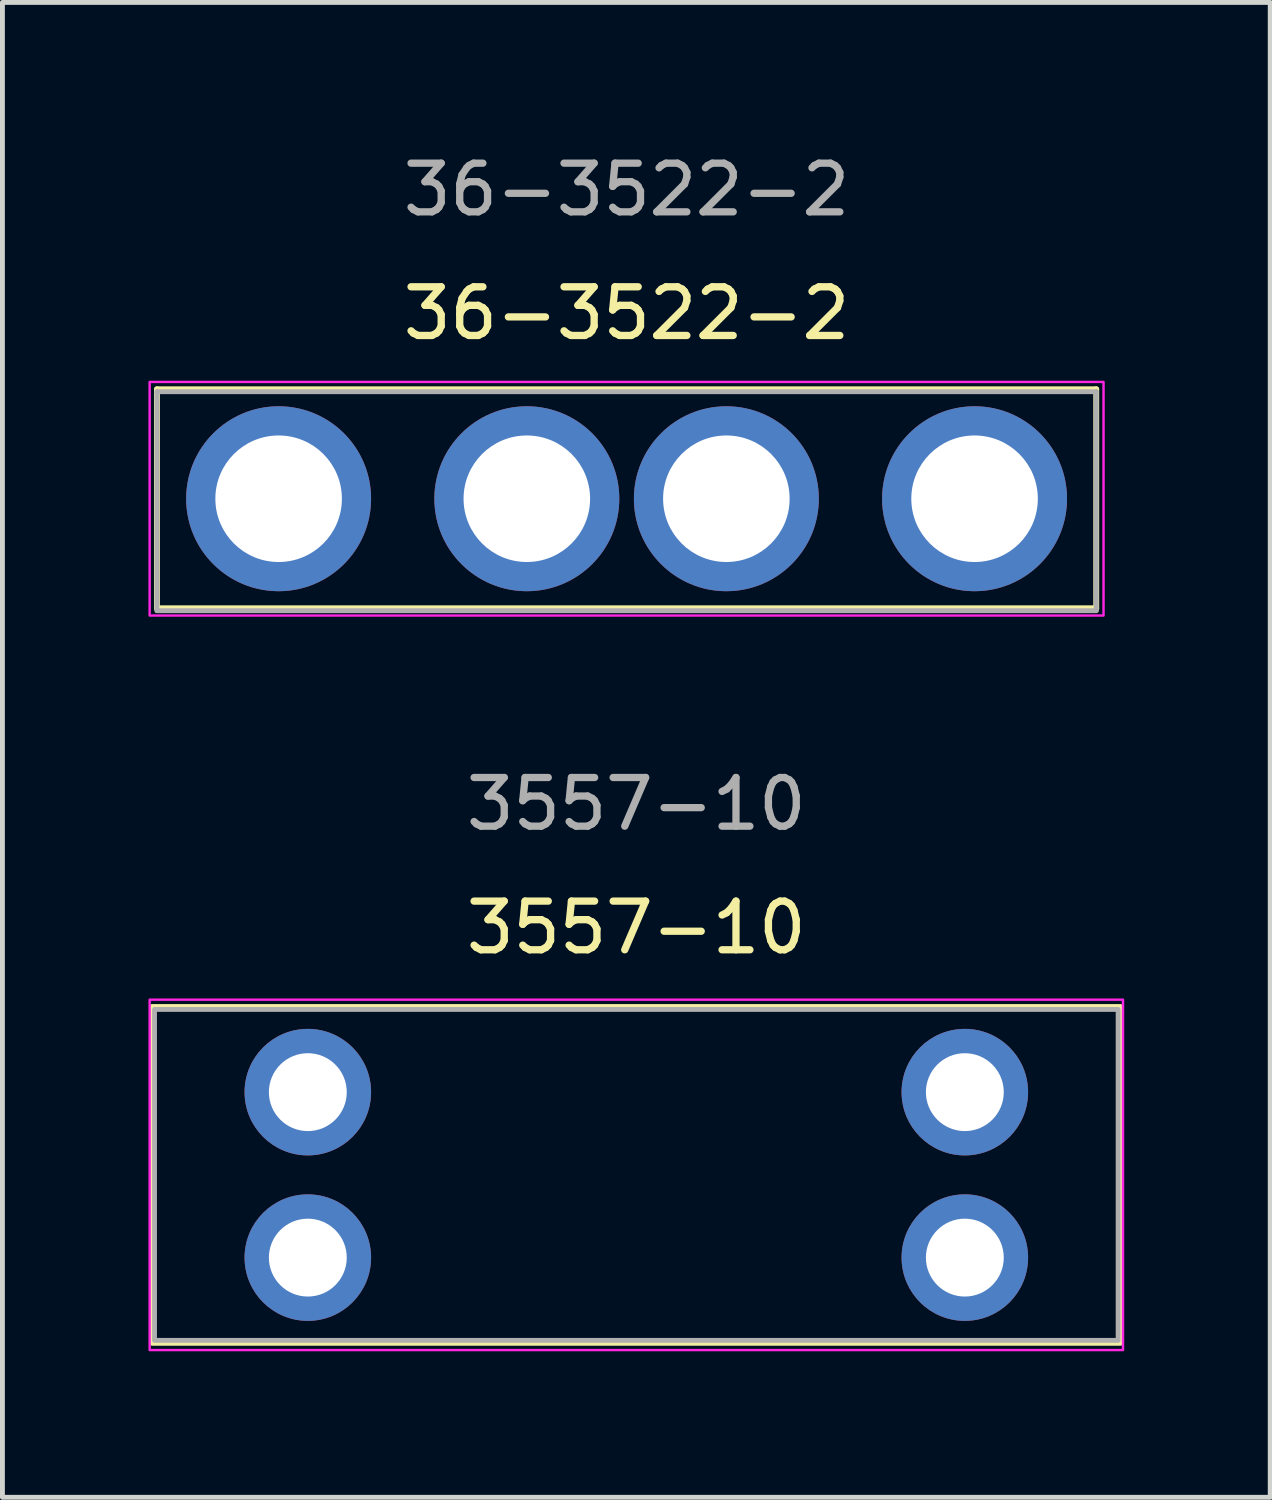
<source format=kicad_pcb>
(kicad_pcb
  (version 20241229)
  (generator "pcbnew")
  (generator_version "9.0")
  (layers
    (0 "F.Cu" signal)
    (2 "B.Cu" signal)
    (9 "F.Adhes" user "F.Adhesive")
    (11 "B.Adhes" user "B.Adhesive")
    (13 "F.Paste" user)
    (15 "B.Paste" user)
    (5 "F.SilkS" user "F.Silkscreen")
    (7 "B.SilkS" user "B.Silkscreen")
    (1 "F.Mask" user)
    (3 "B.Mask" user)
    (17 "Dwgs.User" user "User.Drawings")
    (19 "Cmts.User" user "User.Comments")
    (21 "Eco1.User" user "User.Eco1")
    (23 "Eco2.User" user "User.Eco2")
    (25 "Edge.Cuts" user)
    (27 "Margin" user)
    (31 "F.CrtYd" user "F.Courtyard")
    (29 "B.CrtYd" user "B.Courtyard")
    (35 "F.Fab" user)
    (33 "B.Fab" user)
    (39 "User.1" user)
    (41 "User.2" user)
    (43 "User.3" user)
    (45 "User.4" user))
  (footprint "36-3522-2"
    (layer "F.Cu")
    (at 9.825 7.198)
    (property "Reference" "36-3522-2" (at 0 -3.81 0) (unlocked yes) (layer "F.SilkS") (effects (font (size 1 1) (thickness 0.15))))
    (attr through_hole)
    (fp_line (start -9.65 -2.25) (end 9.65 -2.25) (stroke (width 0.12) (type solid)) (layer "F.SilkS"))
    (fp_line (start -9.65 2.25) (end -9.65 -2.25) (stroke (width 0.12) (type solid)) (layer "F.SilkS"))
    (fp_line (start 9.65 -2.25) (end 9.65 2.25) (stroke (width 0.12) (type solid)) (layer "F.SilkS"))
    (fp_line (start 9.65 2.25) (end -9.65 2.25) (stroke (width 0.12) (type solid)) (layer "F.SilkS"))
    (fp_rect (start -9.8 -2.4) (end 9.8 2.4) (stroke (width 0.05) (type solid)) (fill no) (layer "F.CrtYd"))
    (fp_line (start -9.65 -2.2) (end 9.65 -2.2) (stroke (width 0.1) (type solid)) (layer "F.Fab"))
    (fp_line (start -9.65 2.3) (end -9.65 -2.2) (stroke (width 0.1) (type solid)) (layer "F.Fab"))
    (fp_line (start 9.65 -2.2) (end 9.65 2.3) (stroke (width 0.1) (type solid)) (layer "F.Fab"))
    (fp_line (start 9.65 2.3) (end -9.65 2.3) (stroke (width 0.1) (type solid)) (layer "F.Fab"))
    (fp_text user "${REFERENCE}" (at 0 -6.35 0) (unlocked yes) (layer "F.Fab") (effects (font (size 1 1) (thickness 0.15))))
    (pad "1" thru_hole circle (at -7.15 0) (size 3.8 3.8) (drill 2.6) (layers "*.Cu" "*.Mask"))
    (pad "1" thru_hole circle (at -2.05 0) (size 3.8 3.8) (drill 2.6) (layers "*.Cu" "*.Mask"))
    (pad "2" thru_hole circle (at 2.05 0) (size 3.8 3.8) (drill 2.6) (layers "*.Cu" "*.Mask"))
    (pad "2" thru_hole circle (at 7.15 0) (size 3.8 3.8) (drill 2.6) (layers "*.Cu" "*.Mask")))
  (footprint "3557-10"
    (layer "F.Cu")
    (at 10.025 21.091)
    (property "Reference" "3557-10" (at 0 -5.08 0) (unlocked yes) (layer "F.SilkS") (effects (font (size 1 1) (thickness 0.15))))
    (attr through_hole)
    (fp_rect (start -9.95 -3.45) (end 9.95 3.45) (stroke (width 0.12) (type solid)) (fill no) (layer "F.SilkS"))
    (fp_rect (start -10 -3.6) (end 10 3.6) (stroke (width 0.05) (type solid)) (fill no) (layer "F.CrtYd"))
    (fp_rect (start -9.9 -3.4) (end 9.9 3.4) (stroke (width 0.1) (type solid)) (fill no) (layer "F.Fab"))
    (fp_text user "${REFERENCE}" (at 0 -7.62 0) (unlocked yes) (layer "F.Fab") (effects (font (size 1 1) (thickness 0.15))))
    (pad "1" thru_hole circle (at -6.75 -1.7) (size 2.6 2.6) (drill 1.6) (layers "*.Cu" "*.Mask"))
    (pad "1" thru_hole circle (at -6.75 1.7) (size 2.6 2.6) (drill 1.6) (layers "*.Cu" "*.Mask"))
    (pad "2" thru_hole circle (at 6.75 -1.7) (size 2.6 2.6) (drill 1.6) (layers "*.Cu" "*.Mask"))
    (pad "2" thru_hole circle (at 6.75 1.7) (size 2.6 2.6) (drill 1.6) (layers "*.Cu" "*.Mask")))
  (gr_rect
    (start -3 -3)
    (end 23.05 27.716)
    (stroke (width 0.1) (type default))
    (fill no)
    (layer "Edge.Cuts")))
</source>
